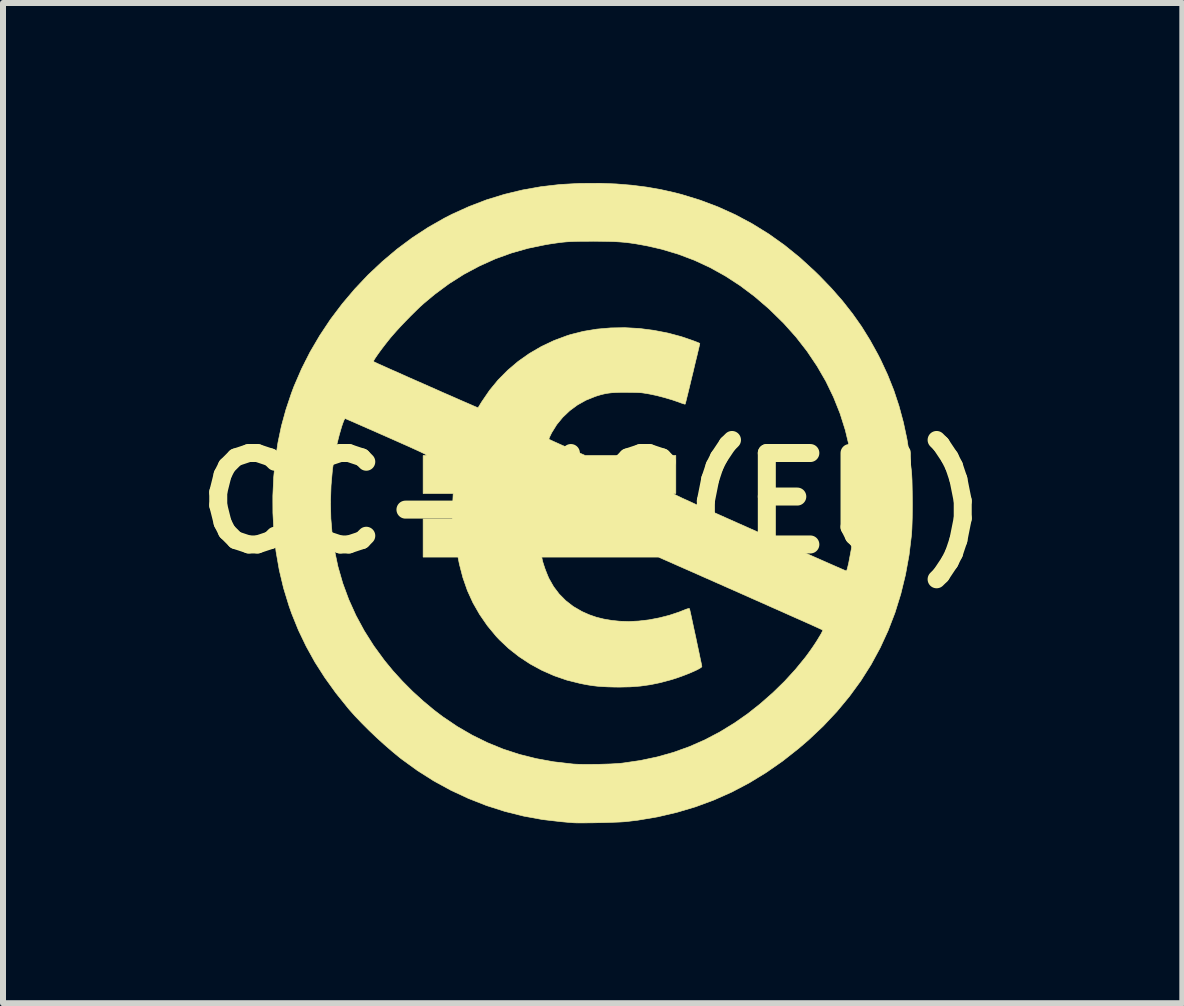
<source format=kicad_pcb>
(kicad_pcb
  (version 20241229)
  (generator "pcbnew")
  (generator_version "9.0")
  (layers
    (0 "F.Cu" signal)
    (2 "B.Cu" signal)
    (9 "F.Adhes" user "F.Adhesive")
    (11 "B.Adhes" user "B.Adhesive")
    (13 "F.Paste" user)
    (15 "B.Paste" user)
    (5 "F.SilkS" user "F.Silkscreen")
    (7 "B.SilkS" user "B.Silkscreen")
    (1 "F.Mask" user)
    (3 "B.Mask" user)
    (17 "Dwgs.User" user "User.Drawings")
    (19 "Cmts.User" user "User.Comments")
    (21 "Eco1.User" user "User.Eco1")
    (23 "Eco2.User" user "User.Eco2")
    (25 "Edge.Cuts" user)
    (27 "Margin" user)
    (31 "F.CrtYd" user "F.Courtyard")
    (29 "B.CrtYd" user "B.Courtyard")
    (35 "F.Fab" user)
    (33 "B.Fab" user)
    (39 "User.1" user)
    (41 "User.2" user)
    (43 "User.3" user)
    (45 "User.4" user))
  (footprint "CC-NC(EU)"
    (layer "F.Cu")
    (at 6.829 5.336)
    (property "Reference" "CC-NC(EU)" (at 0 0 0) (layer "F.SilkS") (effects (font (size 1.524 1.524) (thickness 0.3))))
    (attr through_hole)
    (fp_poly (pts (xy 0.394 -5.32) (xy 0.65 -5.299) (xy 0.896 -5.268) (xy 1.136 -5.226) (xy 1.372 -5.173) (xy 1.484 -5.144) (xy 1.793 -5.049) (xy 2.092 -4.936) (xy 2.381 -4.805) (xy 2.661 -4.655) (xy 2.933 -4.487) (xy 3.196 -4.3) (xy 3.452 -4.093) (xy 3.7 -3.866) (xy 3.779 -3.789) (xy 3.981 -3.579) (xy 4.164 -3.37) (xy 4.33 -3.159) (xy 4.483 -2.942) (xy 4.623 -2.716) (xy 4.754 -2.479) (xy 4.799 -2.391) (xy 4.917 -2.137) (xy 5.019 -1.881) (xy 5.106 -1.618) (xy 5.179 -1.347) (xy 5.239 -1.066) (xy 5.286 -0.771) (xy 5.315 -0.519) (xy 5.319 -0.459) (xy 5.323 -0.383) (xy 5.325 -0.292) (xy 5.327 -0.191) (xy 5.328 -0.084) (xy 5.329 0.027) (xy 5.328 0.136) (xy 5.327 0.242) (xy 5.324 0.339) (xy 5.321 0.425) (xy 5.317 0.495) (xy 5.315 0.524) (xy 5.274 0.865) (xy 5.214 1.195) (xy 5.136 1.515) (xy 5.04 1.825) (xy 4.925 2.124) (xy 4.792 2.413) (xy 4.64 2.693) (xy 4.469 2.963) (xy 4.279 3.223) (xy 4.071 3.474) (xy 3.843 3.717) (xy 3.596 3.95) (xy 3.434 4.089) (xy 3.165 4.301) (xy 2.889 4.493) (xy 2.607 4.665) (xy 2.318 4.817) (xy 2.021 4.949) (xy 1.716 5.062) (xy 1.403 5.155) (xy 1.082 5.23) (xy 0.751 5.286) (xy 0.566 5.308) (xy 0.52 5.312) (xy 0.457 5.316) (xy 0.381 5.319) (xy 0.295 5.322) (xy 0.204 5.325) (xy 0.109 5.327) (xy 0.015 5.329) (xy -0.075 5.33) (xy -0.158 5.331) (xy -0.229 5.331) (xy -0.287 5.33) (xy -0.327 5.328) (xy -0.328 5.328) (xy -0.357 5.325) (xy -0.401 5.322) (xy -0.455 5.317) (xy -0.511 5.312) (xy -0.513 5.312) (xy -0.834 5.275) (xy -1.152 5.217) (xy -1.464 5.139) (xy -1.771 5.041) (xy -2.071 4.923) (xy -2.363 4.787) (xy -2.647 4.632) (xy -2.92 4.459) (xy -3.183 4.268) (xy -3.223 4.237) (xy -3.344 4.137) (xy -3.471 4.027) (xy -3.6 3.91) (xy -3.726 3.79) (xy -3.847 3.669) (xy -3.958 3.553) (xy -4.056 3.443) (xy -4.077 3.418) (xy -4.281 3.164) (xy -4.465 2.908) (xy -4.63 2.65) (xy -4.776 2.386) (xy -4.905 2.117) (xy -5.017 1.84) (xy -5.061 1.715) (xy -5.152 1.418) (xy -5.224 1.115) (xy -5.278 0.806) (xy -5.313 0.489) (xy -5.33 0.163) (xy -5.331 -0.018) (xy -4.37 -0.018) (xy -4.364 0.258) (xy -4.341 0.53) (xy -4.306 0.773) (xy -4.246 1.058) (xy -4.166 1.336) (xy -4.066 1.607) (xy -3.947 1.871) (xy -3.808 2.128) (xy -3.65 2.378) (xy -3.471 2.623) (xy -3.326 2.799) (xy -3.17 2.97) (xy -3.002 3.139) (xy -2.825 3.3) (xy -2.645 3.45) (xy -2.499 3.561) (xy -2.256 3.725) (xy -2.007 3.869) (xy -1.753 3.994) (xy -1.491 4.101) (xy -1.221 4.189) (xy -0.941 4.259) (xy -0.651 4.312) (xy -0.349 4.347) (xy -0.318 4.35) (xy -0.258 4.353) (xy -0.181 4.355) (xy -0.092 4.356) (xy 0.005 4.355) (xy 0.106 4.354) (xy 0.207 4.351) (xy 0.302 4.348) (xy 0.388 4.343) (xy 0.461 4.338) (xy 0.497 4.334) (xy 0.793 4.291) (xy 1.077 4.231) (xy 1.35 4.154) (xy 1.614 4.059) (xy 1.871 3.946) (xy 2.122 3.814) (xy 2.365 3.665) (xy 2.584 3.512) (xy 2.797 3.343) (xy 3.004 3.161) (xy 3.2 2.97) (xy 3.381 2.772) (xy 3.546 2.57) (xy 3.58 2.524) (xy 3.622 2.466) (xy 3.665 2.405) (xy 3.706 2.344) (xy 3.744 2.285) (xy 3.777 2.23) (xy 3.805 2.184) (xy 3.824 2.147) (xy 3.834 2.124) (xy 3.834 2.116) (xy 3.824 2.11) (xy 3.794 2.097) (xy 3.747 2.075) (xy 3.683 2.046) (xy 3.603 2.01) (xy 3.507 1.967) (xy 3.396 1.918) (xy 3.272 1.863) (xy 3.134 1.801) (xy 2.984 1.735) (xy 2.823 1.663) (xy 2.651 1.587) (xy 2.469 1.506) (xy 2.277 1.421) (xy 2.078 1.333) (xy 1.87 1.241) (xy 1.656 1.146) (xy 1.435 1.049) (xy 1.287 0.983) (xy 1.097 0.9) (xy -0.849 0.9) (xy -0.842 0.936) (xy -0.832 0.979) (xy -0.814 1.036) (xy -0.793 1.099) (xy -0.768 1.163) (xy -0.744 1.222) (xy -0.73 1.254) (xy -0.652 1.392) (xy -0.558 1.516) (xy -0.449 1.626) (xy -0.324 1.723) (xy -0.184 1.804) (xy -0.175 1.809) (xy -0.058 1.861) (xy 0.06 1.902) (xy 0.185 1.933) (xy 0.321 1.956) (xy 0.449 1.969) (xy 0.603 1.974) (xy 0.767 1.966) (xy 0.938 1.946) (xy 1.11 1.913) (xy 1.279 1.87) (xy 1.441 1.816) (xy 1.511 1.788) (xy 1.562 1.768) (xy 1.595 1.758) (xy 1.612 1.758) (xy 1.614 1.76) (xy 1.618 1.774) (xy 1.625 1.806) (xy 1.636 1.854) (xy 1.649 1.914) (xy 1.664 1.985) (xy 1.681 2.064) (xy 1.699 2.148) (xy 1.718 2.234) (xy 1.736 2.321) (xy 1.754 2.406) (xy 1.771 2.485) (xy 1.786 2.558) (xy 1.799 2.62) (xy 1.81 2.67) (xy 1.817 2.706) (xy 1.82 2.723) (xy 1.82 2.725) (xy 1.811 2.737) (xy 1.784 2.755) (xy 1.742 2.778) (xy 1.688 2.803) (xy 1.624 2.831) (xy 1.554 2.859) (xy 1.48 2.887) (xy 1.404 2.914) (xy 1.329 2.938) (xy 1.298 2.947) (xy 1.126 2.993) (xy 0.961 3.027) (xy 0.797 3.05) (xy 0.627 3.063) (xy 0.447 3.067) (xy 0.355 3.066) (xy 0.248 3.063) (xy 0.158 3.058) (xy 0.077 3.052) (xy 0.000041 3.043) (xy -0.078 3.031) (xy -0.163 3.015) (xy -0.216 3.004) (xy -0.432 2.95) (xy -0.643 2.877) (xy -0.847 2.787) (xy -1.042 2.681) (xy -1.226 2.56) (xy -1.397 2.426) (xy -1.553 2.279) (xy -1.606 2.223) (xy -1.755 2.043) (xy -1.884 1.856) (xy -1.995 1.662) (xy -2.088 1.458) (xy -2.163 1.243) (xy -2.222 1.016) (xy -2.233 0.96) (xy -2.245 0.9) (xy -2.826 0.9) (xy -2.826 0.265) (xy -2.339 0.265) (xy -2.339 0.204) (xy -2.338 0.17) (xy -2.337 0.122) (xy -2.335 0.064) (xy -2.332 0.003) (xy -2.332 -0.008) (xy -2.325 -0.159) (xy -2.826 -0.159) (xy -2.826 -0.793) (xy -2.782 -0.796) (xy -2.775 -0.797) (xy -2.772 -0.8) (xy -2.776 -0.805) (xy -2.787 -0.812) (xy -2.806 -0.823) (xy -2.835 -0.837) (xy -2.874 -0.856) (xy -2.926 -0.88) (xy -2.99 -0.909) (xy -3.069 -0.945) (xy -3.164 -0.987) (xy -3.276 -1.037) (xy -3.405 -1.094) (xy -3.425 -1.103) (xy -3.539 -1.153) (xy -3.647 -1.201) (xy -3.748 -1.245) (xy -3.841 -1.286) (xy -3.923 -1.322) (xy -3.993 -1.353) (xy -4.051 -1.378) (xy -4.093 -1.396) (xy -4.118 -1.407) (xy -4.126 -1.41) (xy -4.135 -1.401) (xy -4.148 -1.375) (xy -4.164 -1.333) (xy -4.183 -1.278) (xy -4.202 -1.213) (xy -4.223 -1.14) (xy -4.243 -1.062) (xy -4.263 -0.98) (xy -4.281 -0.899) (xy -4.296 -0.826) (xy -4.337 -0.564) (xy -4.361 -0.293) (xy -4.37 -0.018) (xy -5.331 -0.018) (xy -5.331 -0.122) (xy -5.317 -0.429) (xy -5.289 -0.723) (xy -5.246 -1.008) (xy -5.188 -1.285) (xy -5.113 -1.558) (xy -5.022 -1.83) (xy -4.978 -1.947) (xy -4.853 -2.236) (xy -4.791 -2.359) (xy -3.654 -2.359) (xy -3.643 -2.354) (xy -3.615 -2.341) (xy -3.571 -2.32) (xy -3.512 -2.294) (xy -3.441 -2.262) (xy -3.359 -2.225) (xy -3.267 -2.185) (xy -3.169 -2.141) (xy -3.064 -2.094) (xy -2.955 -2.046) (xy -2.843 -1.997) (xy -2.731 -1.947) (xy -2.619 -1.898) (xy -2.51 -1.849) (xy -2.404 -1.803) (xy -2.305 -1.76) (xy -2.213 -1.719) (xy -2.13 -1.683) (xy -2.058 -1.652) (xy -1.999 -1.626) (xy -1.953 -1.606) (xy -1.923 -1.594) (xy -1.911 -1.589) (xy -1.911 -1.589) (xy -1.904 -1.599) (xy -1.889 -1.623) (xy -1.868 -1.658) (xy -1.846 -1.693) (xy -1.719 -1.879) (xy -1.576 -2.053) (xy -1.416 -2.214) (xy -1.243 -2.361) (xy -1.056 -2.493) (xy -0.857 -2.609) (xy -0.646 -2.709) (xy -0.426 -2.791) (xy -0.369 -2.809) (xy -0.155 -2.863) (xy 0.069 -2.9) (xy 0.3 -2.92) (xy 0.537 -2.924) (xy 0.777 -2.911) (xy 1.018 -2.88) (xy 1.256 -2.834) (xy 1.469 -2.777) (xy 1.513 -2.763) (xy 1.563 -2.746) (xy 1.617 -2.727) (xy 1.669 -2.709) (xy 1.717 -2.691) (xy 1.755 -2.676) (xy 1.78 -2.665) (xy 1.786 -2.662) (xy 1.784 -2.651) (xy 1.778 -2.623) (xy 1.768 -2.579) (xy 1.754 -2.521) (xy 1.738 -2.453) (xy 1.719 -2.376) (xy 1.699 -2.293) (xy 1.679 -2.206) (xy 1.657 -2.117) (xy 1.636 -2.03) (xy 1.616 -1.946) (xy 1.597 -1.868) (xy 1.58 -1.798) (xy 1.565 -1.739) (xy 1.554 -1.693) (xy 1.546 -1.662) (xy 1.542 -1.65) (xy 1.532 -1.65) (xy 1.507 -1.658) (xy 1.47 -1.67) (xy 1.445 -1.68) (xy 1.329 -1.72) (xy 1.201 -1.758) (xy 1.067 -1.793) (xy 0.953 -1.817) (xy 0.903 -1.826) (xy 0.859 -1.833) (xy 0.817 -1.839) (xy 0.771 -1.842) (xy 0.718 -1.844) (xy 0.653 -1.845) (xy 0.572 -1.846) (xy 0.566 -1.846) (xy 0.466 -1.846) (xy 0.383 -1.843) (xy 0.313 -1.839) (xy 0.25 -1.831) (xy 0.191 -1.82) (xy 0.131 -1.805) (xy 0.065 -1.785) (xy 0.039 -1.776) (xy -0.112 -1.715) (xy -0.253 -1.636) (xy -0.382 -1.541) (xy -0.498 -1.431) (xy -0.599 -1.308) (xy -0.683 -1.173) (xy -0.701 -1.136) (xy -0.717 -1.103) (xy -0.727 -1.077) (xy -0.729 -1.064) (xy -0.729 -1.064) (xy -0.718 -1.059) (xy -0.691 -1.046) (xy -0.648 -1.026) (xy -0.594 -1.002) (xy -0.53 -0.973) (xy -0.458 -0.941) (xy -0.424 -0.926) (xy -0.125 -0.794) (xy 1.386 -0.794) (xy 1.386 -0.16) (xy 1.353 -0.157) (xy 1.352 -0.155) (xy 1.36 -0.149) (xy 1.377 -0.139) (xy 1.404 -0.125) (xy 1.442 -0.107) (xy 1.491 -0.083) (xy 1.553 -0.055) (xy 1.628 -0.021) (xy 1.716 0.02) (xy 1.819 0.066) (xy 1.937 0.119) (xy 2.07 0.178) (xy 2.22 0.245) (xy 2.388 0.32) (xy 2.573 0.402) (xy 2.768 0.489) (xy 2.934 0.562) (xy 3.095 0.633) (xy 3.25 0.702) (xy 3.397 0.767) (xy 3.536 0.828) (xy 3.665 0.885) (xy 3.783 0.937) (xy 3.89 0.984) (xy 3.985 1.026) (xy 4.065 1.061) (xy 4.131 1.09) (xy 4.18 1.111) (xy 4.213 1.125) (xy 4.228 1.131) (xy 4.228 1.131) (xy 4.235 1.122) (xy 4.244 1.096) (xy 4.254 1.056) (xy 4.266 1.007) (xy 4.268 0.997) (xy 4.31 0.774) (xy 4.341 0.558) (xy 4.36 0.342) (xy 4.369 0.121) (xy 4.367 -0.111) (xy 4.362 -0.267) (xy 4.354 -0.408) (xy 4.342 -0.54) (xy 4.326 -0.668) (xy 4.305 -0.797) (xy 4.28 -0.931) (xy 4.211 -1.218) (xy 4.123 -1.496) (xy 4.015 -1.766) (xy 3.888 -2.029) (xy 3.741 -2.283) (xy 3.575 -2.53) (xy 3.39 -2.768) (xy 3.185 -2.997) (xy 2.96 -3.218) (xy 2.93 -3.246) (xy 2.697 -3.446) (xy 2.457 -3.626) (xy 2.211 -3.786) (xy 1.957 -3.927) (xy 1.696 -4.048) (xy 1.428 -4.149) (xy 1.151 -4.232) (xy 0.921 -4.285) (xy 0.815 -4.305) (xy 0.72 -4.322) (xy 0.632 -4.335) (xy 0.545 -4.346) (xy 0.458 -4.353) (xy 0.364 -4.359) (xy 0.262 -4.362) (xy 0.147 -4.364) (xy 0.014 -4.365) (xy 0.005 -4.365) (xy -0.11 -4.364) (xy -0.208 -4.364) (xy -0.292 -4.362) (xy -0.366 -4.359) (xy -0.434 -4.355) (xy -0.499 -4.349) (xy -0.565 -4.341) (xy -0.636 -4.331) (xy -0.716 -4.319) (xy -0.788 -4.307) (xy -1.074 -4.248) (xy -1.353 -4.169) (xy -1.624 -4.071) (xy -1.888 -3.952) (xy -2.145 -3.815) (xy -2.393 -3.658) (xy -2.632 -3.481) (xy -2.812 -3.331) (xy -2.879 -3.271) (xy -2.954 -3.198) (xy -3.036 -3.117) (xy -3.119 -3.032) (xy -3.2 -2.947) (xy -3.275 -2.865) (xy -3.34 -2.791) (xy -3.367 -2.76) (xy -3.415 -2.7) (xy -3.463 -2.639) (xy -3.509 -2.579) (xy -3.552 -2.521) (xy -3.589 -2.469) (xy -3.62 -2.424) (xy -3.642 -2.389) (xy -3.653 -2.367) (xy -3.654 -2.359) (xy -4.791 -2.359) (xy -4.71 -2.519) (xy -4.548 -2.795) (xy -4.37 -3.063) (xy -4.175 -3.321) (xy -3.966 -3.568) (xy -3.744 -3.803) (xy -3.509 -4.024) (xy -3.264 -4.231) (xy -3.008 -4.422) (xy -2.743 -4.595) (xy -2.471 -4.75) (xy -2.344 -4.815) (xy -2.059 -4.944) (xy -1.769 -5.055) (xy -1.473 -5.146) (xy -1.171 -5.219) (xy -0.861 -5.274) (xy -0.542 -5.311) (xy -0.214 -5.329) (xy 0.122 -5.331) (xy 0.394 -5.32)) (stroke (width 0.01) (type solid)) (fill yes) (layer "F.SilkS")))
  (gr_rect
    (start -3 -3)
    (end 16.658 13.672)
    (stroke (width 0.1) (type default))
    (fill no)
    (layer "Edge.Cuts")))
</source>
